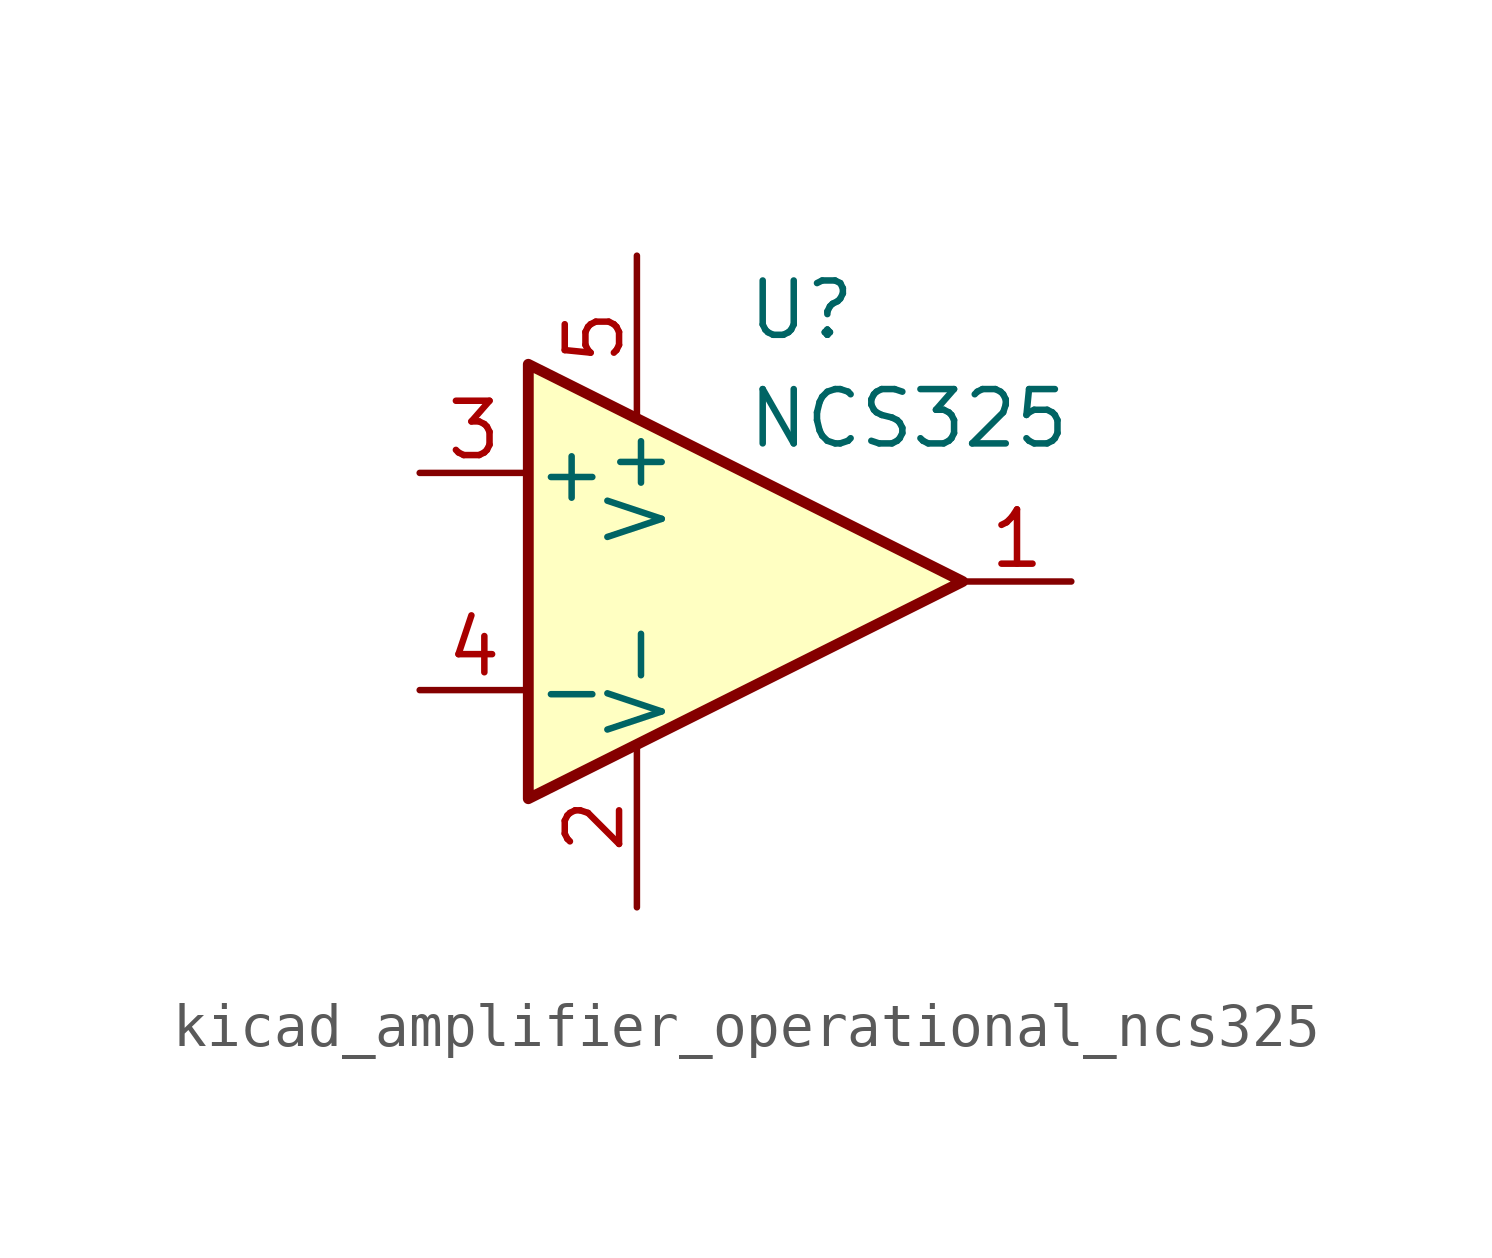
<source format=kicad_sym>
(kicad_symbol_lib
  (version 20220914)
  (generator kicad_symbol_editor)
  (symbol "kicad_amplifier_operational_ncs325"
    (pin_names
      (offset 0.127))
    (property "Reference" "U"
      (at 0 6.35 0)
      (effects (font (size 1.27 1.27)) (justify left)))
    (property "Value" "NCS325"
      (at 0 3.81 0)
      (effects (font (size 1.27 1.27)) (justify left)))
    (symbol "kicad_amplifier_operational_ncs325_0_1"
      (polyline (pts (xy -5.08 5.08) (xy 5.08 0) (xy -5.08 -5.08) (xy -5.08 5.08)) (stroke (width 0.254) (type default)) (fill (type background))))
    (symbol "kicad_amplifier_operational_ncs325_1_1"
      (pin output line (at 7.62 0 180) (length 2.54) (name "~" (effects (font (size 1.27 1.27)))) (number "1" (effects (font (size 1.27 1.27)))))
      (pin power_in line (at -2.54 -7.62 90) (length 3.81) (name "V-" (effects (font (size 1.27 1.27)))) (number "2" (effects (font (size 1.27 1.27)))))
      (pin input line (at -7.62 2.54 0) (length 2.54) (name "+" (effects (font (size 1.27 1.27)))) (number "3" (effects (font (size 1.27 1.27)))))
      (pin input line (at -7.62 -2.54 0) (length 2.54) (name "-" (effects (font (size 1.27 1.27)))) (number "4" (effects (font (size 1.27 1.27)))))
      (pin power_in line (at -2.54 7.62 270) (length 3.81) (name "V+" (effects (font (size 1.27 1.27)))) (number "5" (effects (font (size 1.27 1.27))))))))
</source>
